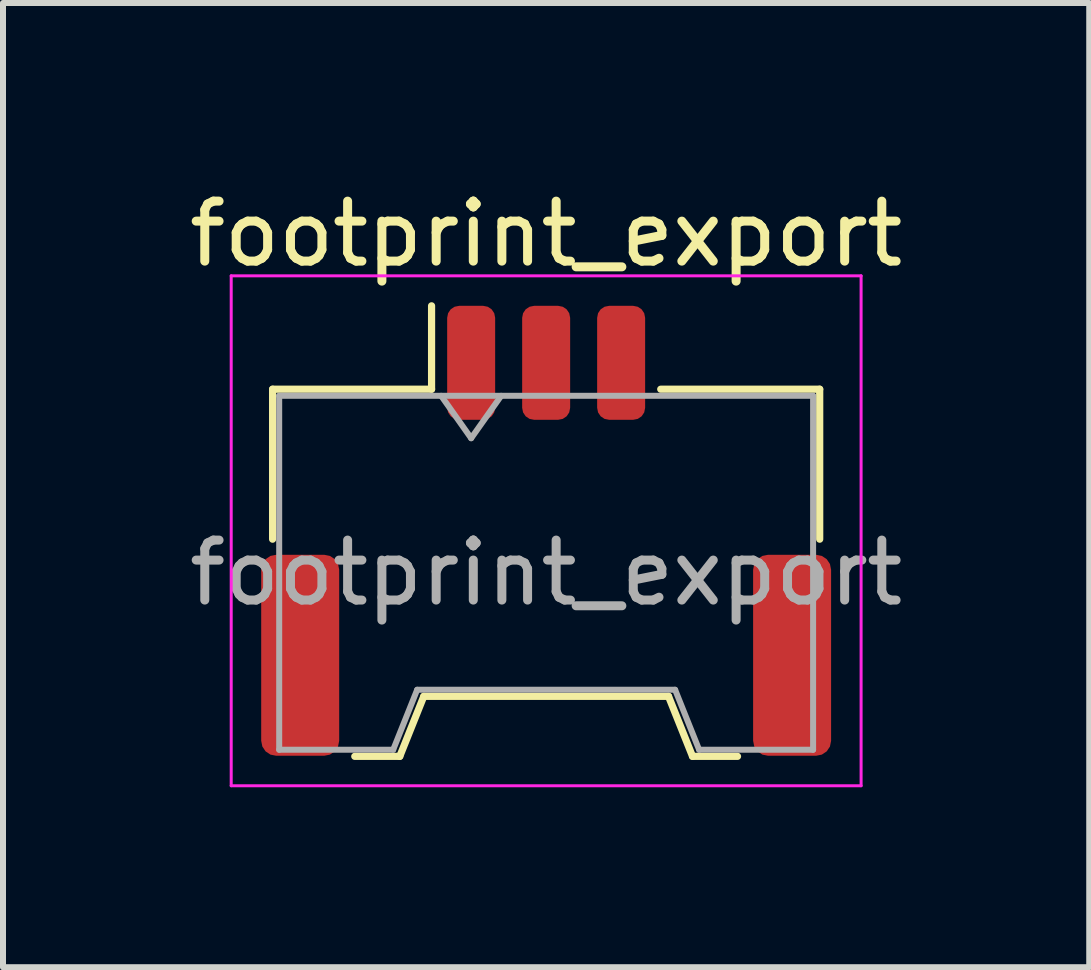
<source format=kicad_pcb>
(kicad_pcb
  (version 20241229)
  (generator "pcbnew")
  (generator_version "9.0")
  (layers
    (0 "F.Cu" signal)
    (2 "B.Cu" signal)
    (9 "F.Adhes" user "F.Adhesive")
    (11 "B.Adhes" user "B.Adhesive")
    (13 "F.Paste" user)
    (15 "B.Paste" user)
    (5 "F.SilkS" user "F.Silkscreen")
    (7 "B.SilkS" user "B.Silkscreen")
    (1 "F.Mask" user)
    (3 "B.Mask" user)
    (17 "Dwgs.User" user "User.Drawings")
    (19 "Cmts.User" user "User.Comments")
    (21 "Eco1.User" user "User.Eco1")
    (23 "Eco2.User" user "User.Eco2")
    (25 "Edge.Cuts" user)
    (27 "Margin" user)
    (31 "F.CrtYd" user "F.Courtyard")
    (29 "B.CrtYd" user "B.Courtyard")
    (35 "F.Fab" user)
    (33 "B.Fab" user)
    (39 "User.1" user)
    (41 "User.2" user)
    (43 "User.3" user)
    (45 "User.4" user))
  (footprint "footprint_export"
    (layer "F.Cu")
    (at 6.054 5.798)
    (property "Reference" "footprint_export" (at 0 -4.95 0) (layer "F.SilkS") (effects (font (size 1 1) (thickness 0.15))))
    (attr smd)
    (fp_line (start -4.56 -2.36) (end -1.91 -2.36) (stroke (width 0.12) (type solid)) (layer "F.SilkS"))
    (fp_line (start -4.56 0.14) (end -4.56 -2.36) (stroke (width 0.12) (type solid)) (layer "F.SilkS"))
    (fp_line (start -3.19 3.76) (end -2.44 3.76) (stroke (width 0.12) (type solid)) (layer "F.SilkS"))
    (fp_line (start -2.44 3.76) (end -2.04 2.76) (stroke (width 0.12) (type solid)) (layer "F.SilkS"))
    (fp_line (start -2.04 2.76) (end 2.04 2.76) (stroke (width 0.12) (type solid)) (layer "F.SilkS"))
    (fp_line (start -1.91 -2.36) (end -1.91 -3.75) (stroke (width 0.12) (type solid)) (layer "F.SilkS"))
    (fp_line (start 2.04 2.76) (end 2.44 3.76) (stroke (width 0.12) (type solid)) (layer "F.SilkS"))
    (fp_line (start 2.44 3.76) (end 3.19 3.76) (stroke (width 0.12) (type solid)) (layer "F.SilkS"))
    (fp_line (start 4.56 -2.36) (end 1.91 -2.36) (stroke (width 0.12) (type solid)) (layer "F.SilkS"))
    (fp_line (start 4.56 0.14) (end 4.56 -2.36) (stroke (width 0.12) (type solid)) (layer "F.SilkS"))
    (fp_line (start -5.25 -4.25) (end -5.25 4.25) (stroke (width 0.05) (type solid)) (layer "F.CrtYd"))
    (fp_line (start -5.25 4.25) (end 5.25 4.25) (stroke (width 0.05) (type solid)) (layer "F.CrtYd"))
    (fp_line (start 5.25 -4.25) (end -5.25 -4.25) (stroke (width 0.05) (type solid)) (layer "F.CrtYd"))
    (fp_line (start 5.25 4.25) (end 5.25 -4.25) (stroke (width 0.05) (type solid)) (layer "F.CrtYd"))
    (fp_line (start -4.45 -2.25) (end -4.45 3.65) (stroke (width 0.1) (type solid)) (layer "F.Fab"))
    (fp_line (start -4.45 -2.25) (end 4.45 -2.25) (stroke (width 0.1) (type solid)) (layer "F.Fab"))
    (fp_line (start -4.45 3.65) (end -2.55 3.65) (stroke (width 0.1) (type solid)) (layer "F.Fab"))
    (fp_line (start -2.55 3.65) (end -2.15 2.65) (stroke (width 0.1) (type solid)) (layer "F.Fab"))
    (fp_line (start -2.15 2.65) (end 2.15 2.65) (stroke (width 0.1) (type solid)) (layer "F.Fab"))
    (fp_line (start -1.75 -2.25) (end -1.25 -1.543) (stroke (width 0.1) (type solid)) (layer "F.Fab"))
    (fp_line (start -1.25 -1.543) (end -0.75 -2.25) (stroke (width 0.1) (type solid)) (layer "F.Fab"))
    (fp_line (start 2.15 2.65) (end 2.55 3.65) (stroke (width 0.1) (type solid)) (layer "F.Fab"))
    (fp_line (start 2.55 3.65) (end 4.45 3.65) (stroke (width 0.1) (type solid)) (layer "F.Fab"))
    (fp_line (start 4.45 -2.25) (end 4.45 3.65) (stroke (width 0.1) (type solid)) (layer "F.Fab"))
    (fp_text user "${REFERENCE}" (at 0 0.7 0) (layer "F.Fab") (effects (font (size 1 1) (thickness 0.15))))
    (pad "1" smd roundrect (at -1.25 -2.8) (size 0.8 1.9) (layers "F.Cu" "F.Mask" "F.Paste") (roundrect_rratio 0.25))
    (pad "2" smd roundrect (at 0 -2.8) (size 0.8 1.9) (layers "F.Cu" "F.Mask" "F.Paste") (roundrect_rratio 0.25))
    (pad "3" smd roundrect (at 1.25 -2.8) (size 0.8 1.9) (layers "F.Cu" "F.Mask" "F.Paste") (roundrect_rratio 0.25))
    (pad "MP" smd roundrect (at -4.1 2.075) (size 1.3 3.35) (layers "F.Cu" "F.Mask" "F.Paste") (roundrect_rratio 0.192))
    (pad "MP" smd roundrect (at 4.1 2.075) (size 1.3 3.35) (layers "F.Cu" "F.Mask" "F.Paste") (roundrect_rratio 0.192)))
  (gr_rect
    (start -3 -3)
    (end 15.107 13.073)
    (stroke (width 0.1) (type default))
    (fill no)
    (layer "Edge.Cuts")))
</source>
